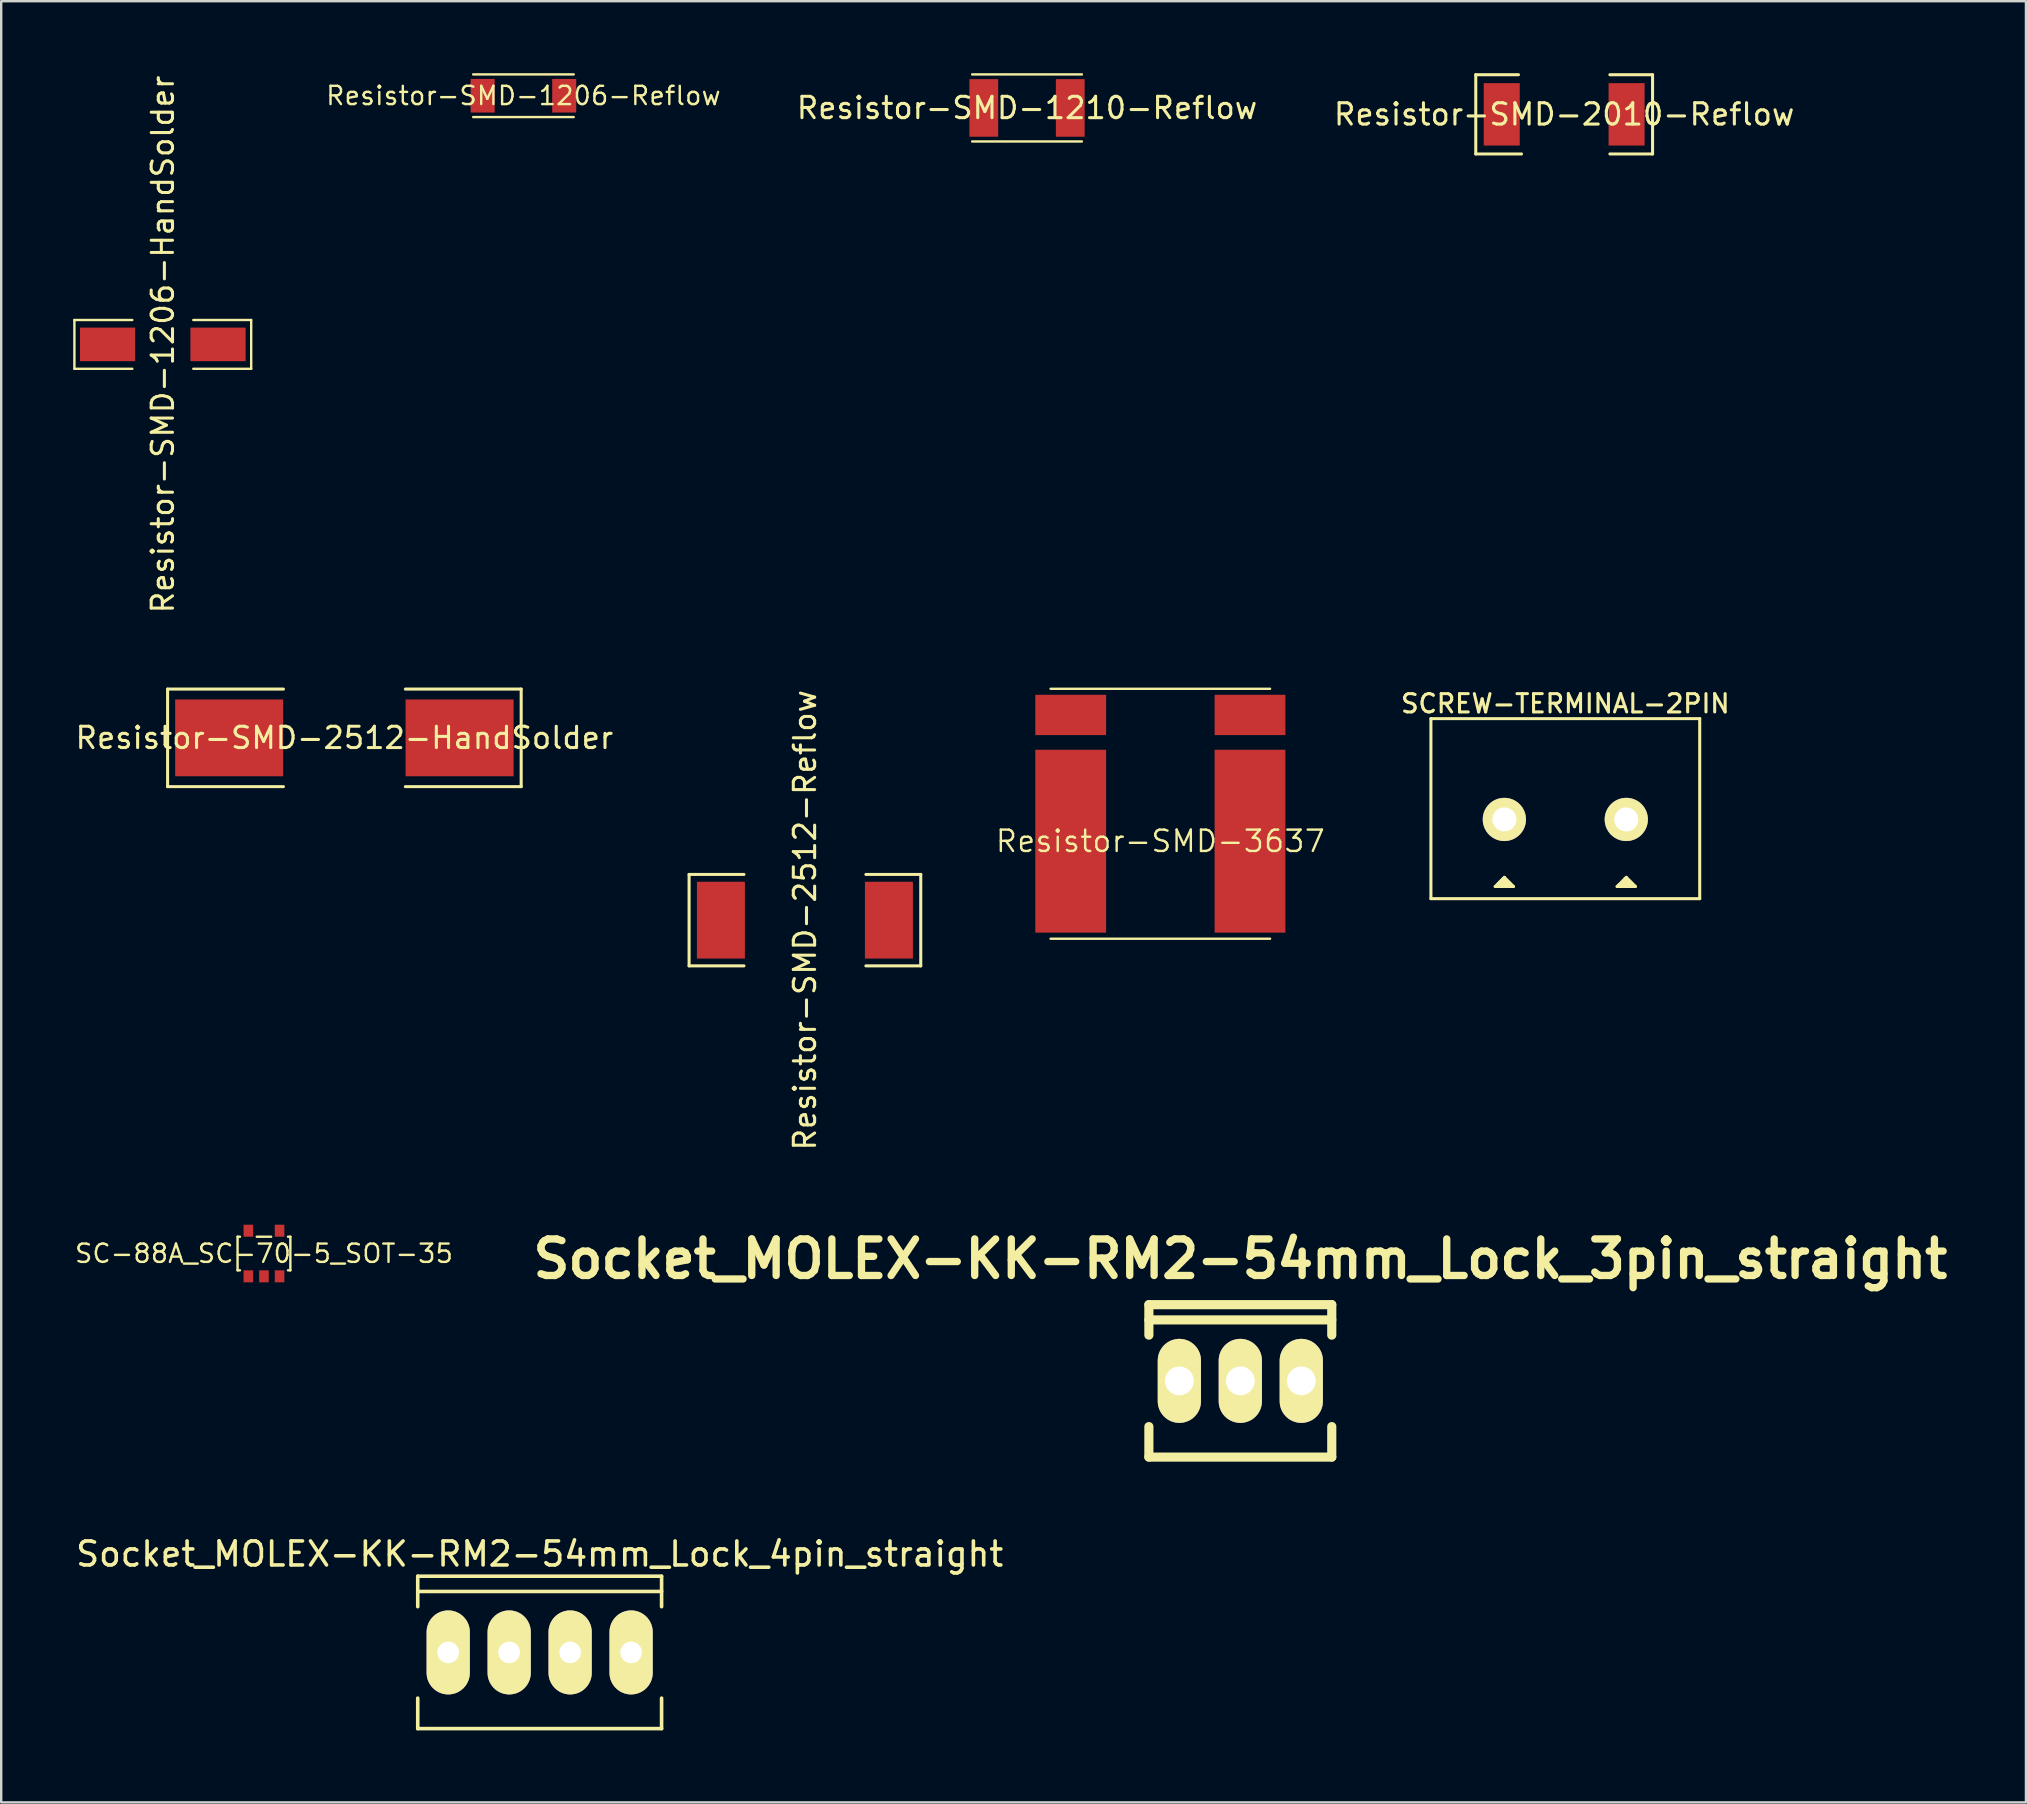
<source format=kicad_pcb>
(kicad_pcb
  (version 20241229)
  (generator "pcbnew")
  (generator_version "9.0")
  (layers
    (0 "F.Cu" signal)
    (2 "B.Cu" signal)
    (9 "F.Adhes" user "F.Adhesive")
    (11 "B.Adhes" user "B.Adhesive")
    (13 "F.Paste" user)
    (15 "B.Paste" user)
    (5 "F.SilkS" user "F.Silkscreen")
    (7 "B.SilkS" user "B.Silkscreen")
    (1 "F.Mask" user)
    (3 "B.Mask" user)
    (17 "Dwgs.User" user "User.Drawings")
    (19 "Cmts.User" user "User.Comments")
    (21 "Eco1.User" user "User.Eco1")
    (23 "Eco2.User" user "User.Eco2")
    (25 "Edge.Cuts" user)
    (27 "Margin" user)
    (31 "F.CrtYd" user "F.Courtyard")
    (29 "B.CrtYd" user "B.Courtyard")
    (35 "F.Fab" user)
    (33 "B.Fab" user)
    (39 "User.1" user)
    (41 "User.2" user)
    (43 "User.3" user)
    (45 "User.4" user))
  (footprint "Resistor-SMD-1210-Reflow"
    (layer "F.Cu")
    (at 39.741 1.447)
    (property "Reference" "Resistor-SMD-1210-Reflow" (at 0 0 180) (layer "F.SilkS") (effects (font (size 0.889 0.889) (thickness 0.127))))
    (attr smd)
    (fp_line (start -2.286 -1.397) (end 2.286 -1.397) (stroke (width 0.1) (type solid)) (layer "F.SilkS"))
    (fp_line (start -2.286 1.397) (end 2.286 1.397) (stroke (width 0.1) (type solid)) (layer "F.SilkS"))
    (pad "1" smd rect (at -1.801 0) (size 1.199 2.4) (layers "F.Cu" "F.Mask" "F.Paste"))
    (pad "2" smd rect (at 1.801 0) (size 1.199 2.4) (layers "F.Cu" "F.Mask" "F.Paste")))
  (footprint "SCREW-TERMINAL-2PIN"
    (layer "F.Cu")
    (at 62.169 31.092)
    (property "Reference" "SCREW-TERMINAL-2PIN" (at 0 -4.826 0) (layer "F.SilkS") (effects (font (size 0.762 0.762) (thickness 0.127))))
    (attr through_hole)
    (fp_line (start -5.6 -4.2) (end -5.6 3.3) (stroke (width 0.127) (type solid)) (layer "F.SilkS"))
    (fp_line (start -5.6 3.3) (end 5.6 3.3) (stroke (width 0.127) (type solid)) (layer "F.SilkS"))
    (fp_line (start -2.921 2.794) (end -2.159 2.794) (stroke (width 0.127) (type solid)) (layer "F.SilkS"))
    (fp_line (start -2.794 2.667) (end -2.731 2.731) (stroke (width 0.127) (type solid)) (layer "F.SilkS"))
    (fp_line (start -2.731 2.603) (end -2.603 2.731) (stroke (width 0.127) (type solid)) (layer "F.SilkS"))
    (fp_line (start -2.667 2.54) (end -2.477 2.731) (stroke (width 0.127) (type solid)) (layer "F.SilkS"))
    (fp_line (start -2.603 2.477) (end -2.349 2.731) (stroke (width 0.127) (type solid)) (layer "F.SilkS"))
    (fp_line (start -2.54 2.413) (end -2.921 2.794) (stroke (width 0.127) (type solid)) (layer "F.SilkS"))
    (fp_line (start -2.159 2.794) (end -2.54 2.413) (stroke (width 0.127) (type solid)) (layer "F.SilkS"))
    (fp_line (start 2.159 2.794) (end 2.921 2.794) (stroke (width 0.127) (type solid)) (layer "F.SilkS"))
    (fp_line (start 2.223 2.731) (end 2.286 2.731) (stroke (width 0.127) (type solid)) (layer "F.SilkS"))
    (fp_line (start 2.349 2.667) (end 2.413 2.731) (stroke (width 0.127) (type solid)) (layer "F.SilkS"))
    (fp_line (start 2.413 2.603) (end 2.54 2.731) (stroke (width 0.127) (type solid)) (layer "F.SilkS"))
    (fp_line (start 2.477 2.477) (end 2.731 2.731) (stroke (width 0.127) (type solid)) (layer "F.SilkS"))
    (fp_line (start 2.477 2.54) (end 2.667 2.731) (stroke (width 0.127) (type solid)) (layer "F.SilkS"))
    (fp_line (start 2.54 2.413) (end 2.159 2.794) (stroke (width 0.127) (type solid)) (layer "F.SilkS"))
    (fp_line (start 2.921 2.794) (end 2.54 2.413) (stroke (width 0.127) (type solid)) (layer "F.SilkS"))
    (fp_line (start 5.6 -4.2) (end -5.6 -4.2) (stroke (width 0.127) (type solid)) (layer "F.SilkS"))
    (fp_line (start 5.6 3.3) (end 5.6 -4.2) (stroke (width 0.127) (type solid)) (layer "F.SilkS"))
    (pad "1" thru_hole circle (at -2.54 0) (size 1.8 1.8) (drill 1) (layers "*.Cu" "*.Mask" "F.SilkS"))
    (pad "2" thru_hole circle (at 2.54 0) (size 1.8 1.8) (drill 1) (layers "*.Cu" "*.Mask" "F.SilkS")))
  (footprint "Resistor-SMD-1206-HandSolder"
    (layer "F.Cu")
    (at 3.733 11.299)
    (property "Reference" "Resistor-SMD-1206-HandSolder" (at 0 0 90) (layer "F.SilkS") (effects (font (size 0.889 0.889) (thickness 0.127))))
    (attr smd)
    (fp_line (start -3.683 -1.016) (end -3.683 1.016) (stroke (width 0.1) (type solid)) (layer "F.SilkS"))
    (fp_line (start -3.683 -1.016) (end -1.27 -1.016) (stroke (width 0.1) (type solid)) (layer "F.SilkS"))
    (fp_line (start -3.683 1.016) (end -1.27 1.016) (stroke (width 0.1) (type solid)) (layer "F.SilkS"))
    (fp_line (start 1.27 -1.016) (end 3.683 -1.016) (stroke (width 0.1) (type solid)) (layer "F.SilkS"))
    (fp_line (start 3.683 -1.016) (end 3.683 1.016) (stroke (width 0.1) (type solid)) (layer "F.SilkS"))
    (fp_line (start 3.683 1.016) (end 1.27 1.016) (stroke (width 0.1) (type solid)) (layer "F.SilkS"))
    (pad "1" smd rect (at -2.301 0) (size 2.301 1.4) (layers "F.Cu" "F.Mask" "F.Paste"))
    (pad "2" smd rect (at 2.301 0) (size 2.301 1.4) (layers "F.Cu" "F.Mask" "F.Paste")))
  (footprint "Resistor-SMD-2512-HandSolder"
    (layer "F.Cu")
    (at 11.299 27.693)
    (property "Reference" "Resistor-SMD-2512-HandSolder" (at 0 0 0) (layer "F.SilkS") (effects (font (size 0.889 0.889) (thickness 0.127))))
    (attr smd)
    (fp_line (start -7.366 -2.032) (end -7.366 2.032) (stroke (width 0.127) (type solid)) (layer "F.SilkS"))
    (fp_line (start -7.366 -2.032) (end -2.54 -2.032) (stroke (width 0.127) (type solid)) (layer "F.SilkS"))
    (fp_line (start -7.366 2.032) (end -2.54 2.032) (stroke (width 0.127) (type solid)) (layer "F.SilkS"))
    (fp_line (start 2.54 -2.032) (end 7.366 -2.032) (stroke (width 0.127) (type solid)) (layer "F.SilkS"))
    (fp_line (start 7.366 -2.032) (end 7.366 2.032) (stroke (width 0.127) (type solid)) (layer "F.SilkS"))
    (fp_line (start 7.366 2.032) (end 2.54 2.032) (stroke (width 0.127) (type solid)) (layer "F.SilkS"))
    (pad "1" smd rect (at -4.801 0) (size 4.501 3.2) (layers "F.Cu" "F.Mask" "F.Paste"))
    (pad "2" smd rect (at 4.801 0) (size 4.501 3.2) (layers "F.Cu" "F.Mask" "F.Paste")))
  (footprint "Resistor-SMD-2512-Reflow"
    (layer "F.Cu")
    (at 30.487 35.288)
    (property "Reference" "Resistor-SMD-2512-Reflow" (at 0 0 90) (layer "F.SilkS") (effects (font (size 0.889 0.889) (thickness 0.127))))
    (attr smd)
    (fp_line (start -4.826 -1.905) (end -4.826 1.905) (stroke (width 0.127) (type solid)) (layer "F.SilkS"))
    (fp_line (start -4.826 1.905) (end -2.54 1.905) (stroke (width 0.127) (type solid)) (layer "F.SilkS"))
    (fp_line (start -4.572 -1.905) (end -4.826 -1.905) (stroke (width 0.127) (type solid)) (layer "F.SilkS"))
    (fp_line (start -4.572 -1.905) (end -2.54 -1.905) (stroke (width 0.127) (type solid)) (layer "F.SilkS"))
    (fp_line (start 2.54 -1.905) (end 4.826 -1.905) (stroke (width 0.127) (type solid)) (layer "F.SilkS"))
    (fp_line (start 4.826 -1.905) (end 4.826 1.905) (stroke (width 0.127) (type solid)) (layer "F.SilkS"))
    (fp_line (start 4.826 1.905) (end 2.54 1.905) (stroke (width 0.127) (type solid)) (layer "F.SilkS"))
    (pad "1" smd rect (at -3.5 0) (size 1.999 3.2) (layers "F.Cu" "F.Mask" "F.Paste"))
    (pad "2" smd rect (at 3.5 0) (size 1.999 3.2) (layers "F.Cu" "F.Mask" "F.Paste")))
  (footprint "Resistor-SMD-3637"
    (layer "F.Cu")
    (at 45.296 31.998)
    (property "Reference" "Resistor-SMD-3637" (at 0 0 0) (layer "F.SilkS") (effects (font (size 0.889 0.889) (thickness 0.1))))
    (attr through_hole)
    (fp_line (start -4.572 -6.35) (end 4.572 -6.35) (stroke (width 0.1) (type solid)) (layer "F.SilkS"))
    (fp_line (start -4.572 4.064) (end 4.572 4.064) (stroke (width 0.1) (type solid)) (layer "F.SilkS"))
    (pad "1" smd rect (at -3.735 -5.26) (size 2.95 1.68) (layers "F.Cu" "F.Mask" "F.Paste"))
    (pad "1" smd rect (at -3.735 0) (size 2.95 7.62) (layers "F.Cu" "F.Mask" "F.Paste"))
    (pad "2" smd rect (at 3.735 -5.26) (size 2.95 1.68) (layers "F.Cu" "F.Mask" "F.Paste"))
    (pad "2" smd rect (at 3.735 0) (size 2.95 7.62) (layers "F.Cu" "F.Mask" "F.Paste")))
  (footprint "Socket_MOLEX-KK-RM2-54mm_Lock_4pin_straight"
    (layer "F.Cu")
    (at 19.435 65.798)
    (property "Reference" "Socket_MOLEX-KK-RM2-54mm_Lock_4pin_straight" (at 0 -4.1 0) (layer "F.SilkS") (effects (font (size 1 1) (thickness 0.15))))
    (attr through_hole)
    (fp_line (start -5.08 -3.175) (end 5.08 -3.175) (stroke (width 0.15) (type solid)) (layer "F.SilkS"))
    (fp_line (start -5.08 -1.905) (end -5.08 -3.175) (stroke (width 0.15) (type solid)) (layer "F.SilkS"))
    (fp_line (start -5.08 3.175) (end -5.08 1.905) (stroke (width 0.15) (type solid)) (layer "F.SilkS"))
    (fp_line (start 5.08 -3.175) (end 5.08 -1.905) (stroke (width 0.15) (type solid)) (layer "F.SilkS"))
    (fp_line (start 5.08 -2.54) (end -5.08 -2.54) (stroke (width 0.15) (type solid)) (layer "F.SilkS"))
    (fp_line (start 5.08 1.905) (end 5.08 3.175) (stroke (width 0.15) (type solid)) (layer "F.SilkS"))
    (fp_line (start 5.08 3.175) (end -5.08 3.175) (stroke (width 0.15) (type solid)) (layer "F.SilkS"))
    (pad "1" thru_hole oval (at -3.81 0) (size 1.801 3.5) (drill 0.9) (layers "*.Cu" "*.Mask" "F.SilkS"))
    (pad "2" thru_hole oval (at -1.27 0) (size 1.801 3.5) (drill 0.9) (layers "*.Cu" "*.Mask" "F.SilkS"))
    (pad "3" thru_hole oval (at 1.27 0) (size 1.801 3.5) (drill 0.9) (layers "*.Cu" "*.Mask" "F.SilkS"))
    (pad "4" thru_hole oval (at 3.81 0) (size 1.801 3.5) (drill 0.9) (layers "*.Cu" "*.Mask" "F.SilkS")))
  (footprint "Resistor-SMD-2010-Reflow"
    (layer "F.Cu")
    (at 62.121 1.714)
    (property "Reference" "Resistor-SMD-2010-Reflow" (at 0 0 0) (layer "F.SilkS") (effects (font (size 0.889 0.889) (thickness 0.127))))
    (attr smd)
    (fp_line (start -3.683 -1.651) (end -3.683 1.651) (stroke (width 0.127) (type solid)) (layer "F.SilkS"))
    (fp_line (start -3.683 -1.651) (end -1.905 -1.651) (stroke (width 0.127) (type solid)) (layer "F.SilkS"))
    (fp_line (start -3.683 1.651) (end -1.778 1.651) (stroke (width 0.127) (type solid)) (layer "F.SilkS"))
    (fp_line (start 1.905 -1.651) (end 3.683 -1.651) (stroke (width 0.127) (type solid)) (layer "F.SilkS"))
    (fp_line (start 3.683 -1.651) (end 3.683 1.651) (stroke (width 0.127) (type solid)) (layer "F.SilkS"))
    (fp_line (start 3.683 1.651) (end 1.905 1.651) (stroke (width 0.127) (type solid)) (layer "F.SilkS"))
    (pad "1" smd rect (at -2.601 0) (size 1.501 2.601) (layers "F.Cu" "F.Mask" "F.Paste"))
    (pad "2" smd rect (at 2.601 0) (size 1.501 2.601) (layers "F.Cu" "F.Mask" "F.Paste")))
  (footprint "SC−88A_SC−70−5_SOT−35"
    (layer "F.Cu")
    (at 7.948 49.178)
    (property "Reference" "SC−88A_SC−70−5_SOT−35" (at 0 0 180) (layer "F.SilkS") (effects (font (size 0.762 0.762) (thickness 0.1))))
    (attr through_hole)
    (fp_line (start -1.1 -0.7) (end -1.1 0.7) (stroke (width 0.1) (type solid)) (layer "F.SilkS"))
    (fp_line (start -1.1 0.7) (end -1 0.7) (stroke (width 0.1) (type solid)) (layer "F.SilkS"))
    (fp_line (start -1 -0.7) (end -1.1 -0.7) (stroke (width 0.1) (type solid)) (layer "F.SilkS"))
    (fp_line (start -0.3 -0.7) (end 0.3 -0.7) (stroke (width 0.1) (type solid)) (layer "F.SilkS"))
    (fp_line (start 1 -0.7) (end 1.1 -0.7) (stroke (width 0.1) (type solid)) (layer "F.SilkS"))
    (fp_line (start 1.1 -0.7) (end 1.1 0.7) (stroke (width 0.1) (type solid)) (layer "F.SilkS"))
    (fp_line (start 1.1 0.7) (end 1 0.7) (stroke (width 0.1) (type solid)) (layer "F.SilkS"))
    (pad "1" smd rect (at -0.65 0.95) (size 0.4 0.5) (layers "F.Cu" "F.Mask" "F.Paste"))
    (pad "2" smd rect (at 0 0.95) (size 0.4 0.5) (layers "F.Cu" "F.Mask" "F.Paste"))
    (pad "3" smd rect (at 0.65 0.95) (size 0.4 0.5) (layers "F.Cu" "F.Mask" "F.Paste"))
    (pad "4" smd rect (at 0.65 -0.95) (size 0.4 0.5) (layers "F.Cu" "F.Mask" "F.Paste"))
    (pad "5" smd rect (at -0.65 -0.95) (size 0.4 0.5) (layers "F.Cu" "F.Mask" "F.Paste")))
  (footprint "Socket_MOLEX-KK-RM2-54mm_Lock_3pin_straight"
    (layer "F.Cu")
    (at 48.628 54.484)
    (property "Reference" "Socket_MOLEX-KK-RM2-54mm_Lock_3pin_straight" (at 0 -5.08 0) (layer "F.SilkS") (effects (font (size 1.524 1.524) (thickness 0.305))))
    (attr through_hole)
    (fp_line (start -3.81 -3.175) (end 3.81 -3.175) (stroke (width 0.381) (type solid)) (layer "F.SilkS"))
    (fp_line (start -3.81 -1.905) (end -3.81 -3.175) (stroke (width 0.381) (type solid)) (layer "F.SilkS"))
    (fp_line (start -3.81 3.175) (end -3.81 1.905) (stroke (width 0.381) (type solid)) (layer "F.SilkS"))
    (fp_line (start 3.81 -3.175) (end 3.81 -1.905) (stroke (width 0.381) (type solid)) (layer "F.SilkS"))
    (fp_line (start 3.81 -2.54) (end -3.81 -2.54) (stroke (width 0.381) (type solid)) (layer "F.SilkS"))
    (fp_line (start 3.81 1.905) (end 3.81 3.175) (stroke (width 0.381) (type solid)) (layer "F.SilkS"))
    (fp_line (start 3.81 3.175) (end -3.81 3.175) (stroke (width 0.381) (type solid)) (layer "F.SilkS"))
    (pad "1" thru_hole oval (at -2.54 0) (size 1.801 3.5) (drill 1.199) (layers "*.Cu" "*.Mask" "F.SilkS"))
    (pad "2" thru_hole oval (at 0 0) (size 1.801 3.5) (drill 1.199) (layers "*.Cu" "*.Mask" "F.SilkS"))
    (pad "3" thru_hole oval (at 2.54 0) (size 1.801 3.5) (drill 1.199) (layers "*.Cu" "*.Mask" "F.SilkS")))
  (footprint "Resistor-SMD-1206-Reflow"
    (layer "F.Cu")
    (at 18.759 0.939)
    (property "Reference" "Resistor-SMD-1206-Reflow" (at 0 0 180) (layer "F.SilkS") (effects (font (size 0.762 0.762) (thickness 0.1))))
    (attr smd)
    (fp_line (start -2.095 -0.889) (end 2.095 -0.889) (stroke (width 0.1) (type solid)) (layer "F.SilkS"))
    (fp_line (start -2.095 0.889) (end 2.095 0.889) (stroke (width 0.1) (type solid)) (layer "F.SilkS"))
    (pad "1" smd rect (at -1.699 0) (size 1.001 1.4) (layers "F.Cu" "F.Mask" "F.Paste"))
    (pad "2" smd rect (at 1.699 0) (size 1.001 1.4) (layers "F.Cu" "F.Mask" "F.Paste")))
  (gr_rect
    (start -3 -3)
    (end 81.361 72.048)
    (stroke (width 0.1) (type default))
    (fill no)
    (layer "Edge.Cuts")))
</source>
